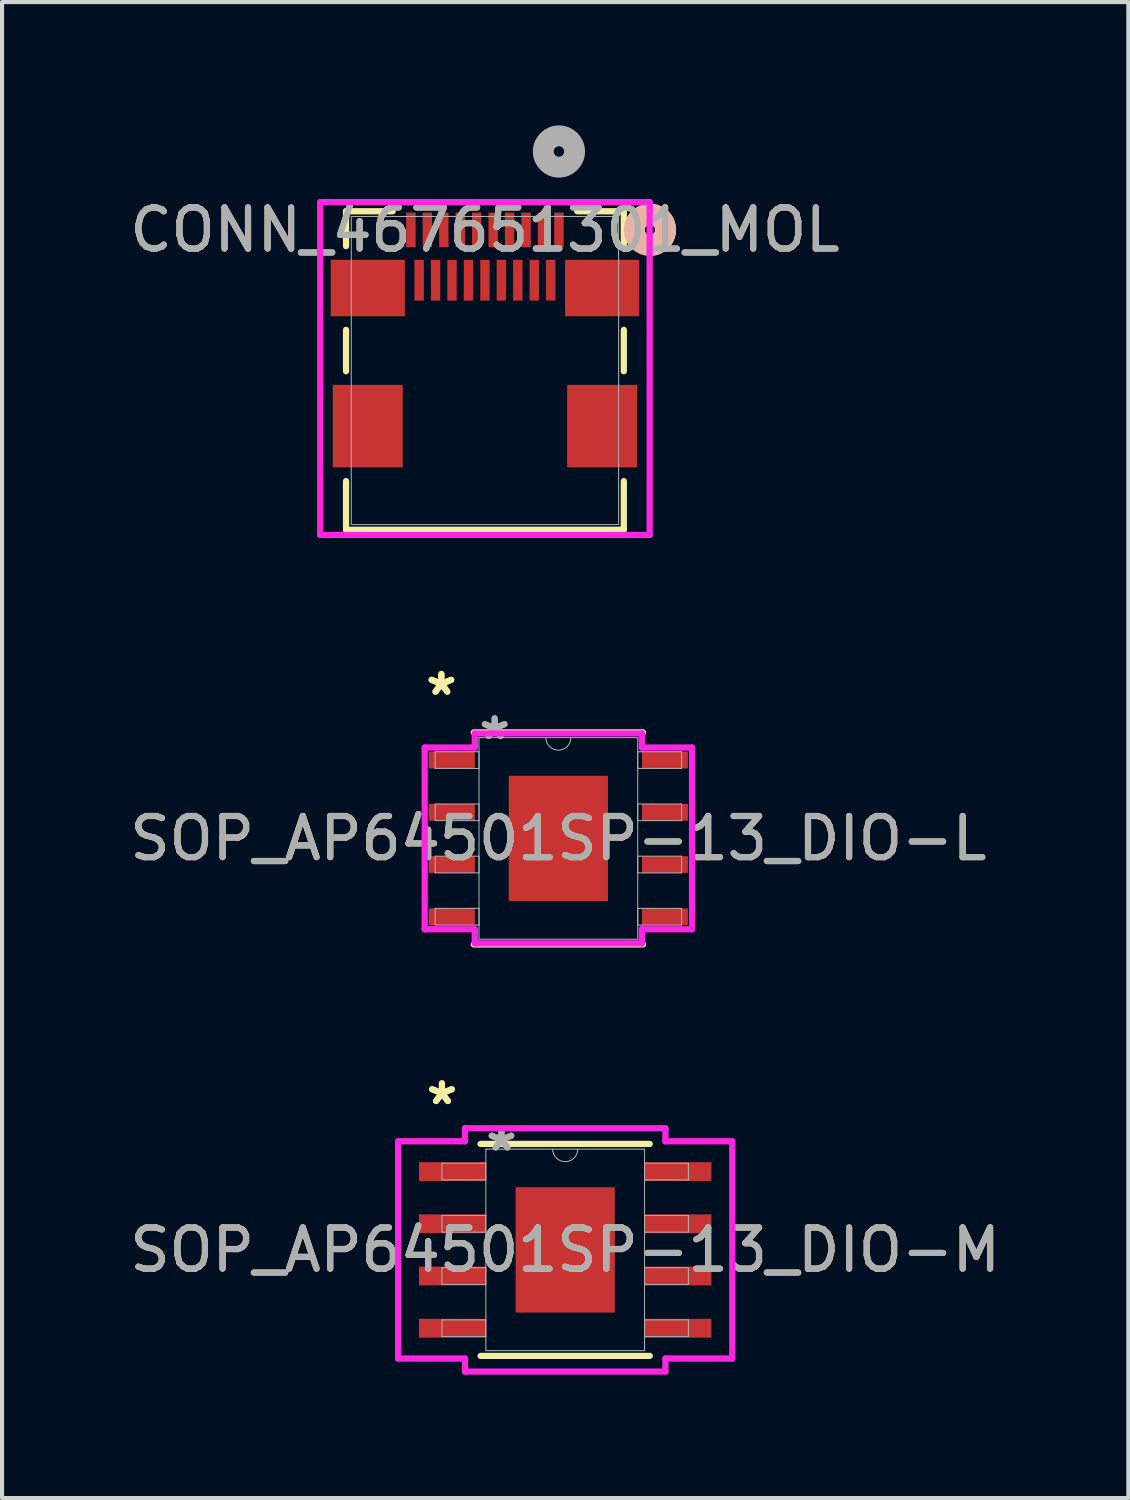
<source format=kicad_pcb>
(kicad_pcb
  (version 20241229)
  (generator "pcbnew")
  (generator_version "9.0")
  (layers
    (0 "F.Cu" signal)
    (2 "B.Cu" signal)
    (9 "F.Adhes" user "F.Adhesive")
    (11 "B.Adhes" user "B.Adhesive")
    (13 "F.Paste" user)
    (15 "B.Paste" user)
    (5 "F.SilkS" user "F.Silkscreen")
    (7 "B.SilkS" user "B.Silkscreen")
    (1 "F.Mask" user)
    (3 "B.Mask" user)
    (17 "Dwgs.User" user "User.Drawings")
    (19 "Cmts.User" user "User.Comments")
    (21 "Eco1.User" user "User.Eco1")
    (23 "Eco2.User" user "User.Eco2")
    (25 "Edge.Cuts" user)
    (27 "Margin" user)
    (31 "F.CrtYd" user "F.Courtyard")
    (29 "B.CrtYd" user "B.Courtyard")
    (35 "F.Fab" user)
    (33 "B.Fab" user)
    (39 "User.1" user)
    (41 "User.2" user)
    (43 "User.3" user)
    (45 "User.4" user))
  (footprint "SOP_AP64501SP-13_DIO-L"
    (layer "F.Cu")
    (at 10.53 17.341)
    (property "Reference" "SOP_AP64501SP-13_DIO-L" (at 0 0 0) (unlocked yes) (layer "F.SilkS") (effects (font (size 1 1) (thickness 0.15))))
    (attr smd)
    (fp_line (start -2.057 2.578) (end 2.057 2.578) (stroke (width 0.152) (type solid)) (layer "F.SilkS"))
    (fp_line (start 2.057 -2.578) (end -2.057 -2.578) (stroke (width 0.152) (type solid)) (layer "F.SilkS"))
    (fp_poly (pts (xy -1.107 -1.424) (xy -1.107 -0.1) (xy 1.107 -0.1) (xy 1.107 -1.424)) (stroke (width 0) (type solid)) (fill yes) (layer "F.Paste"))
    (fp_poly (pts (xy -1.107 0.1) (xy -1.107 1.424) (xy 1.107 1.424) (xy 1.107 0.1)) (stroke (width 0) (type solid)) (fill yes) (layer "F.Paste"))
    (fp_line (start -3.251 -2.21) (end -2.032 -2.21) (stroke (width 0.152) (type solid)) (layer "F.CrtYd"))
    (fp_line (start -3.251 2.21) (end -3.251 -2.21) (stroke (width 0.152) (type solid)) (layer "F.CrtYd"))
    (fp_line (start -3.251 2.21) (end -2.032 2.21) (stroke (width 0.152) (type solid)) (layer "F.CrtYd"))
    (fp_line (start -2.032 -2.553) (end 2.032 -2.553) (stroke (width 0.152) (type solid)) (layer "F.CrtYd"))
    (fp_line (start -2.032 -2.21) (end -2.032 -2.553) (stroke (width 0.152) (type solid)) (layer "F.CrtYd"))
    (fp_line (start -2.032 2.553) (end -2.032 2.21) (stroke (width 0.152) (type solid)) (layer "F.CrtYd"))
    (fp_line (start 2.032 -2.553) (end 2.032 -2.21) (stroke (width 0.152) (type solid)) (layer "F.CrtYd"))
    (fp_line (start 2.032 2.21) (end 2.032 2.553) (stroke (width 0.152) (type solid)) (layer "F.CrtYd"))
    (fp_line (start 2.032 2.553) (end -2.032 2.553) (stroke (width 0.152) (type solid)) (layer "F.CrtYd"))
    (fp_line (start 3.251 -2.21) (end 2.032 -2.21) (stroke (width 0.152) (type solid)) (layer "F.CrtYd"))
    (fp_line (start 3.251 -2.21) (end 3.251 2.21) (stroke (width 0.152) (type solid)) (layer "F.CrtYd"))
    (fp_line (start 3.251 2.21) (end 2.032 2.21) (stroke (width 0.152) (type solid)) (layer "F.CrtYd"))
    (fp_line (start -2.997 -2.108) (end -2.997 -1.702) (stroke (width 0.025) (type solid)) (layer "F.Fab"))
    (fp_line (start -2.997 -1.702) (end -1.93 -1.702) (stroke (width 0.025) (type solid)) (layer "F.Fab"))
    (fp_line (start -2.997 -0.838) (end -2.997 -0.432) (stroke (width 0.025) (type solid)) (layer "F.Fab"))
    (fp_line (start -2.997 -0.432) (end -1.93 -0.432) (stroke (width 0.025) (type solid)) (layer "F.Fab"))
    (fp_line (start -2.997 0.432) (end -2.997 0.838) (stroke (width 0.025) (type solid)) (layer "F.Fab"))
    (fp_line (start -2.997 0.838) (end -1.93 0.838) (stroke (width 0.025) (type solid)) (layer "F.Fab"))
    (fp_line (start -2.997 1.702) (end -2.997 2.108) (stroke (width 0.025) (type solid)) (layer "F.Fab"))
    (fp_line (start -2.997 2.108) (end -1.93 2.108) (stroke (width 0.025) (type solid)) (layer "F.Fab"))
    (fp_line (start -1.93 -2.451) (end -1.93 2.451) (stroke (width 0.025) (type solid)) (layer "F.Fab"))
    (fp_line (start -1.93 -2.108) (end -2.997 -2.108) (stroke (width 0.025) (type solid)) (layer "F.Fab"))
    (fp_line (start -1.93 -1.702) (end -1.93 -2.108) (stroke (width 0.025) (type solid)) (layer "F.Fab"))
    (fp_line (start -1.93 -0.838) (end -2.997 -0.838) (stroke (width 0.025) (type solid)) (layer "F.Fab"))
    (fp_line (start -1.93 -0.432) (end -1.93 -0.838) (stroke (width 0.025) (type solid)) (layer "F.Fab"))
    (fp_line (start -1.93 0.432) (end -2.997 0.432) (stroke (width 0.025) (type solid)) (layer "F.Fab"))
    (fp_line (start -1.93 0.838) (end -1.93 0.432) (stroke (width 0.025) (type solid)) (layer "F.Fab"))
    (fp_line (start -1.93 1.702) (end -2.997 1.702) (stroke (width 0.025) (type solid)) (layer "F.Fab"))
    (fp_line (start -1.93 2.108) (end -1.93 1.702) (stroke (width 0.025) (type solid)) (layer "F.Fab"))
    (fp_line (start -1.93 2.451) (end 1.93 2.451) (stroke (width 0.025) (type solid)) (layer "F.Fab"))
    (fp_line (start 1.93 -2.451) (end -1.93 -2.451) (stroke (width 0.025) (type solid)) (layer "F.Fab"))
    (fp_line (start 1.93 -2.108) (end 1.93 -1.702) (stroke (width 0.025) (type solid)) (layer "F.Fab"))
    (fp_line (start 1.93 -1.702) (end 2.997 -1.702) (stroke (width 0.025) (type solid)) (layer "F.Fab"))
    (fp_line (start 1.93 -0.838) (end 1.93 -0.432) (stroke (width 0.025) (type solid)) (layer "F.Fab"))
    (fp_line (start 1.93 -0.432) (end 2.997 -0.432) (stroke (width 0.025) (type solid)) (layer "F.Fab"))
    (fp_line (start 1.93 0.432) (end 1.93 0.838) (stroke (width 0.025) (type solid)) (layer "F.Fab"))
    (fp_line (start 1.93 0.838) (end 2.997 0.838) (stroke (width 0.025) (type solid)) (layer "F.Fab"))
    (fp_line (start 1.93 1.702) (end 1.93 2.108) (stroke (width 0.025) (type solid)) (layer "F.Fab"))
    (fp_line (start 1.93 2.108) (end 2.997 2.108) (stroke (width 0.025) (type solid)) (layer "F.Fab"))
    (fp_line (start 1.93 2.451) (end 1.93 -2.451) (stroke (width 0.025) (type solid)) (layer "F.Fab"))
    (fp_line (start 2.997 -2.108) (end 1.93 -2.108) (stroke (width 0.025) (type solid)) (layer "F.Fab"))
    (fp_line (start 2.997 -1.702) (end 2.997 -2.108) (stroke (width 0.025) (type solid)) (layer "F.Fab"))
    (fp_line (start 2.997 -0.838) (end 1.93 -0.838) (stroke (width 0.025) (type solid)) (layer "F.Fab"))
    (fp_line (start 2.997 -0.432) (end 2.997 -0.838) (stroke (width 0.025) (type solid)) (layer "F.Fab"))
    (fp_line (start 2.997 0.432) (end 1.93 0.432) (stroke (width 0.025) (type solid)) (layer "F.Fab"))
    (fp_line (start 2.997 0.838) (end 2.997 0.432) (stroke (width 0.025) (type solid)) (layer "F.Fab"))
    (fp_line (start 2.997 1.702) (end 1.93 1.702) (stroke (width 0.025) (type solid)) (layer "F.Fab"))
    (fp_line (start 2.997 2.108) (end 2.997 1.702) (stroke (width 0.025) (type solid)) (layer "F.Fab"))
    (fp_arc (start 0.3048 -2.4511) (mid 0 -2.1463) (end -0.3048 -2.4511) (stroke (width 0.0254) (type solid)) (layer "F.Fab"))
    (fp_text user "*" (at -2.845 -3.454 0) (unlocked yes) (layer "F.SilkS") (effects (font (size 1 1) (thickness 0.15))))
    (fp_text user "*" (at -2.845 -3.454 0) (layer "F.SilkS") (effects (font (size 1 1) (thickness 0.15))))
    (fp_text user "*" (at -1.549 -2.375 0) (unlocked yes) (layer "F.Fab") (effects (font (size 1 1) (thickness 0.15))))
    (fp_text user "${REFERENCE}" (at 0 0 0) (unlocked yes) (layer "F.Fab") (effects (font (size 1 1) (thickness 0.15))))
    (fp_text user "*" (at -1.549 -2.375 0) (layer "F.Fab") (effects (font (size 1 1) (thickness 0.15))))
    (pad "1" smd rect (at -2.591 -1.905) (size 1.118 0.406) (layers "F.Cu" "F.Mask" "F.Paste"))
    (pad "2" smd rect (at -2.591 -0.635) (size 1.118 0.406) (layers "F.Cu" "F.Mask" "F.Paste"))
    (pad "3" smd rect (at -2.591 0.635) (size 1.118 0.406) (layers "F.Cu" "F.Mask" "F.Paste"))
    (pad "4" smd rect (at -2.591 1.905) (size 1.118 0.406) (layers "F.Cu" "F.Mask" "F.Paste"))
    (pad "5" smd rect (at 2.591 1.905) (size 1.118 0.406) (layers "F.Cu" "F.Mask" "F.Paste"))
    (pad "6" smd rect (at 2.591 0.635) (size 1.118 0.406) (layers "F.Cu" "F.Mask" "F.Paste"))
    (pad "7" smd rect (at 2.591 -0.635) (size 1.118 0.406) (layers "F.Cu" "F.Mask" "F.Paste"))
    (pad "8" smd rect (at 2.591 -1.905) (size 1.118 0.406) (layers "F.Cu" "F.Mask" "F.Paste"))
    (pad "EPAD" smd rect (at 0 0) (size 2.413 3.048) (layers "F.Cu" "F.Mask")))
  (footprint "SOP_AP64501SP-13_DIO-M"
    (layer "F.Cu")
    (at 10.696 27.349)
    (property "Reference" "SOP_AP64501SP-13_DIO-M" (at 0 0 0) (unlocked yes) (layer "F.SilkS") (effects (font (size 1 1) (thickness 0.15))))
    (attr smd)
    (fp_line (start -2.057 2.578) (end 2.057 2.578) (stroke (width 0.152) (type solid)) (layer "F.SilkS"))
    (fp_line (start 2.057 -2.578) (end -2.057 -2.578) (stroke (width 0.152) (type solid)) (layer "F.SilkS"))
    (fp_poly (pts (xy -1.107 -1.424) (xy -1.107 -0.1) (xy 1.107 -0.1) (xy 1.107 -1.424)) (stroke (width 0) (type solid)) (fill yes) (layer "F.Paste"))
    (fp_poly (pts (xy -1.107 0.1) (xy -1.107 1.424) (xy 1.107 1.424) (xy 1.107 0.1)) (stroke (width 0) (type solid)) (fill yes) (layer "F.Paste"))
    (fp_line (start -4.064 -2.642) (end -2.438 -2.642) (stroke (width 0.152) (type solid)) (layer "F.CrtYd"))
    (fp_line (start -4.064 2.642) (end -4.064 -2.642) (stroke (width 0.152) (type solid)) (layer "F.CrtYd"))
    (fp_line (start -4.064 2.642) (end -2.438 2.642) (stroke (width 0.152) (type solid)) (layer "F.CrtYd"))
    (fp_line (start -2.438 -2.959) (end 2.438 -2.959) (stroke (width 0.152) (type solid)) (layer "F.CrtYd"))
    (fp_line (start -2.438 -2.642) (end -2.438 -2.959) (stroke (width 0.152) (type solid)) (layer "F.CrtYd"))
    (fp_line (start -2.438 2.959) (end -2.438 2.642) (stroke (width 0.152) (type solid)) (layer "F.CrtYd"))
    (fp_line (start 2.438 -2.959) (end 2.438 -2.642) (stroke (width 0.152) (type solid)) (layer "F.CrtYd"))
    (fp_line (start 2.438 2.642) (end 2.438 2.959) (stroke (width 0.152) (type solid)) (layer "F.CrtYd"))
    (fp_line (start 2.438 2.959) (end -2.438 2.959) (stroke (width 0.152) (type solid)) (layer "F.CrtYd"))
    (fp_line (start 4.064 -2.642) (end 2.438 -2.642) (stroke (width 0.152) (type solid)) (layer "F.CrtYd"))
    (fp_line (start 4.064 -2.642) (end 4.064 2.642) (stroke (width 0.152) (type solid)) (layer "F.CrtYd"))
    (fp_line (start 4.064 2.642) (end 2.438 2.642) (stroke (width 0.152) (type solid)) (layer "F.CrtYd"))
    (fp_line (start -2.997 -2.108) (end -2.997 -1.702) (stroke (width 0.025) (type solid)) (layer "F.Fab"))
    (fp_line (start -2.997 -1.702) (end -1.93 -1.702) (stroke (width 0.025) (type solid)) (layer "F.Fab"))
    (fp_line (start -2.997 -0.838) (end -2.997 -0.432) (stroke (width 0.025) (type solid)) (layer "F.Fab"))
    (fp_line (start -2.997 -0.432) (end -1.93 -0.432) (stroke (width 0.025) (type solid)) (layer "F.Fab"))
    (fp_line (start -2.997 0.432) (end -2.997 0.838) (stroke (width 0.025) (type solid)) (layer "F.Fab"))
    (fp_line (start -2.997 0.838) (end -1.93 0.838) (stroke (width 0.025) (type solid)) (layer "F.Fab"))
    (fp_line (start -2.997 1.702) (end -2.997 2.108) (stroke (width 0.025) (type solid)) (layer "F.Fab"))
    (fp_line (start -2.997 2.108) (end -1.93 2.108) (stroke (width 0.025) (type solid)) (layer "F.Fab"))
    (fp_line (start -1.93 -2.451) (end -1.93 2.451) (stroke (width 0.025) (type solid)) (layer "F.Fab"))
    (fp_line (start -1.93 -2.108) (end -2.997 -2.108) (stroke (width 0.025) (type solid)) (layer "F.Fab"))
    (fp_line (start -1.93 -1.702) (end -1.93 -2.108) (stroke (width 0.025) (type solid)) (layer "F.Fab"))
    (fp_line (start -1.93 -0.838) (end -2.997 -0.838) (stroke (width 0.025) (type solid)) (layer "F.Fab"))
    (fp_line (start -1.93 -0.432) (end -1.93 -0.838) (stroke (width 0.025) (type solid)) (layer "F.Fab"))
    (fp_line (start -1.93 0.432) (end -2.997 0.432) (stroke (width 0.025) (type solid)) (layer "F.Fab"))
    (fp_line (start -1.93 0.838) (end -1.93 0.432) (stroke (width 0.025) (type solid)) (layer "F.Fab"))
    (fp_line (start -1.93 1.702) (end -2.997 1.702) (stroke (width 0.025) (type solid)) (layer "F.Fab"))
    (fp_line (start -1.93 2.108) (end -1.93 1.702) (stroke (width 0.025) (type solid)) (layer "F.Fab"))
    (fp_line (start -1.93 2.451) (end 1.93 2.451) (stroke (width 0.025) (type solid)) (layer "F.Fab"))
    (fp_line (start 1.93 -2.451) (end -1.93 -2.451) (stroke (width 0.025) (type solid)) (layer "F.Fab"))
    (fp_line (start 1.93 -2.108) (end 1.93 -1.702) (stroke (width 0.025) (type solid)) (layer "F.Fab"))
    (fp_line (start 1.93 -1.702) (end 2.997 -1.702) (stroke (width 0.025) (type solid)) (layer "F.Fab"))
    (fp_line (start 1.93 -0.838) (end 1.93 -0.432) (stroke (width 0.025) (type solid)) (layer "F.Fab"))
    (fp_line (start 1.93 -0.432) (end 2.997 -0.432) (stroke (width 0.025) (type solid)) (layer "F.Fab"))
    (fp_line (start 1.93 0.432) (end 1.93 0.838) (stroke (width 0.025) (type solid)) (layer "F.Fab"))
    (fp_line (start 1.93 0.838) (end 2.997 0.838) (stroke (width 0.025) (type solid)) (layer "F.Fab"))
    (fp_line (start 1.93 1.702) (end 1.93 2.108) (stroke (width 0.025) (type solid)) (layer "F.Fab"))
    (fp_line (start 1.93 2.108) (end 2.997 2.108) (stroke (width 0.025) (type solid)) (layer "F.Fab"))
    (fp_line (start 1.93 2.451) (end 1.93 -2.451) (stroke (width 0.025) (type solid)) (layer "F.Fab"))
    (fp_line (start 2.997 -2.108) (end 1.93 -2.108) (stroke (width 0.025) (type solid)) (layer "F.Fab"))
    (fp_line (start 2.997 -1.702) (end 2.997 -2.108) (stroke (width 0.025) (type solid)) (layer "F.Fab"))
    (fp_line (start 2.997 -0.838) (end 1.93 -0.838) (stroke (width 0.025) (type solid)) (layer "F.Fab"))
    (fp_line (start 2.997 -0.432) (end 2.997 -0.838) (stroke (width 0.025) (type solid)) (layer "F.Fab"))
    (fp_line (start 2.997 0.432) (end 1.93 0.432) (stroke (width 0.025) (type solid)) (layer "F.Fab"))
    (fp_line (start 2.997 0.838) (end 2.997 0.432) (stroke (width 0.025) (type solid)) (layer "F.Fab"))
    (fp_line (start 2.997 1.702) (end 1.93 1.702) (stroke (width 0.025) (type solid)) (layer "F.Fab"))
    (fp_line (start 2.997 2.108) (end 2.997 1.702) (stroke (width 0.025) (type solid)) (layer "F.Fab"))
    (fp_arc (start 0.3048 -2.4511) (mid 0 -2.1463) (end -0.3048 -2.4511) (stroke (width 0.0254) (type solid)) (layer "F.Fab"))
    (fp_text user "*" (at -2.997 -3.505 0) (unlocked yes) (layer "F.SilkS") (effects (font (size 1 1) (thickness 0.15))))
    (fp_text user "*" (at -2.997 -3.505 0) (layer "F.SilkS") (effects (font (size 1 1) (thickness 0.15))))
    (fp_text user "*" (at -1.549 -2.375 0) (layer "F.Fab") (effects (font (size 1 1) (thickness 0.15))))
    (fp_text user "${REFERENCE}" (at 0 0 0) (unlocked yes) (layer "F.Fab") (effects (font (size 1 1) (thickness 0.15))))
    (fp_text user "*" (at -1.549 -2.375 0) (unlocked yes) (layer "F.Fab") (effects (font (size 1 1) (thickness 0.15))))
    (pad "1" smd rect (at -2.743 -1.905) (size 1.626 0.457) (layers "F.Cu" "F.Mask" "F.Paste"))
    (pad "2" smd rect (at -2.743 -0.635) (size 1.626 0.457) (layers "F.Cu" "F.Mask" "F.Paste"))
    (pad "3" smd rect (at -2.743 0.635) (size 1.626 0.457) (layers "F.Cu" "F.Mask" "F.Paste"))
    (pad "4" smd rect (at -2.743 1.905) (size 1.626 0.457) (layers "F.Cu" "F.Mask" "F.Paste"))
    (pad "5" smd rect (at 2.743 1.905) (size 1.626 0.457) (layers "F.Cu" "F.Mask" "F.Paste"))
    (pad "6" smd rect (at 2.743 0.635) (size 1.626 0.457) (layers "F.Cu" "F.Mask" "F.Paste"))
    (pad "7" smd rect (at 2.743 -0.635) (size 1.626 0.457) (layers "F.Cu" "F.Mask" "F.Paste"))
    (pad "8" smd rect (at 2.743 -1.905) (size 1.626 0.457) (layers "F.Cu" "F.Mask" "F.Paste"))
    (pad "EPAD" smd rect (at 0 0) (size 2.413 3.048) (layers "F.Cu" "F.Mask")))
  (footprint "CONN_467651301_MOL"
    (layer "F.Cu")
    (at 8.744 5.961)
    (property "Reference" "CONN_467651301_MOL" (at 0 -3.421 0) (unlocked yes) (layer "F.SilkS") (effects (font (size 1 1) (thickness 0.15))))
    (attr smd)
    (fp_line (start -3.378 -3.873) (end -3.378 -3.025) (stroke (width 0.152) (type solid)) (layer "F.SilkS"))
    (fp_line (start -3.378 -0.988) (end -3.378 0.017) (stroke (width 0.152) (type solid)) (layer "F.SilkS"))
    (fp_line (start -3.378 2.69) (end -3.378 3.873) (stroke (width 0.152) (type solid)) (layer "F.SilkS"))
    (fp_line (start -3.378 3.873) (end 3.378 3.873) (stroke (width 0.152) (type solid)) (layer "F.SilkS"))
    (fp_line (start -2.245 -3.873) (end -3.378 -3.873) (stroke (width 0.152) (type solid)) (layer "F.SilkS"))
    (fp_line (start 3.378 -3.873) (end 2.245 -3.873) (stroke (width 0.152) (type solid)) (layer "F.SilkS"))
    (fp_line (start 3.378 -3.025) (end 3.378 -3.873) (stroke (width 0.152) (type solid)) (layer "F.SilkS"))
    (fp_line (start 3.378 0.017) (end 3.378 -0.988) (stroke (width 0.152) (type solid)) (layer "F.SilkS"))
    (fp_line (start 3.378 3.873) (end 3.378 2.69) (stroke (width 0.152) (type solid)) (layer "F.SilkS"))
    (fp_arc (start 3.701193 -3.202838) (mid 3.898556 -3.784842) (end 4.3942 -3.421499) (stroke (width 0.508) (type solid)) (layer "F.SilkS"))
    (fp_arc (start 4.3942 -3.421499) (mid 4.315647 -3.189795) (end 4.112378 -3.053634) (stroke (width 0.508) (type solid)) (layer "F.SilkS"))
    (fp_circle (center 4.013 -3.421) (end 4.394 -3.421) (stroke (width 0.508) (type solid)) (fill no) (layer "B.SilkS"))
    (fp_line (start -4.006 -4.095) (end -4.006 4) (stroke (width 0.152) (type solid)) (layer "F.CrtYd"))
    (fp_line (start -4.006 4) (end 4.006 4) (stroke (width 0.152) (type solid)) (layer "F.CrtYd"))
    (fp_line (start 4.006 -4.095) (end -4.006 -4.095) (stroke (width 0.152) (type solid)) (layer "F.CrtYd"))
    (fp_line (start 4.006 4) (end 4.006 -4.095) (stroke (width 0.152) (type solid)) (layer "F.CrtYd"))
    (fp_line (start -3.251 -3.746) (end -3.251 3.747) (stroke (width 0.025) (type solid)) (layer "F.Fab"))
    (fp_line (start -3.251 3.747) (end 3.251 3.747) (stroke (width 0.025) (type solid)) (layer "F.Fab"))
    (fp_line (start 3.251 -3.746) (end -3.251 -3.746) (stroke (width 0.025) (type solid)) (layer "F.Fab"))
    (fp_line (start 3.251 3.747) (end 3.251 -3.746) (stroke (width 0.025) (type solid)) (layer "F.Fab"))
    (fp_circle (center 1.8 -5.326) (end 2.181 -5.326) (stroke (width 0.508) (type solid)) (fill no) (layer "F.Fab"))
    (fp_text user "${REFERENCE}" (at 0 -3.421 0) (unlocked yes) (layer "F.Fab") (effects (font (size 1 1) (thickness 0.15))))
    (pad "1" smd rect (at 1.8 -3.421) (size 0.229 0.838) (layers "F.Cu" "F.Mask" "F.Paste"))
    (pad "2" smd rect (at 1.6 -2.196) (size 0.229 0.991) (layers "F.Cu" "F.Mask" "F.Paste"))
    (pad "3" smd rect (at 1.4 -3.421) (size 0.229 0.838) (layers "F.Cu" "F.Mask" "F.Paste"))
    (pad "4" smd rect (at 1.2 -2.196) (size 0.229 0.991) (layers "F.Cu" "F.Mask" "F.Paste"))
    (pad "5" smd rect (at 1 -3.421) (size 0.229 0.838) (layers "F.Cu" "F.Mask" "F.Paste"))
    (pad "6" smd rect (at 0.8 -2.196) (size 0.229 0.991) (layers "F.Cu" "F.Mask" "F.Paste"))
    (pad "7" smd rect (at 0.6 -3.421) (size 0.229 0.838) (layers "F.Cu" "F.Mask" "F.Paste"))
    (pad "8" smd rect (at 0.4 -2.196) (size 0.229 0.991) (layers "F.Cu" "F.Mask" "F.Paste"))
    (pad "9" smd rect (at 0.2 -3.421) (size 0.229 0.838) (layers "F.Cu" "F.Mask" "F.Paste"))
    (pad "10" smd rect (at 0 -2.196) (size 0.229 0.991) (layers "F.Cu" "F.Mask" "F.Paste"))
    (pad "11" smd rect (at -0.2 -3.421) (size 0.229 0.838) (layers "F.Cu" "F.Mask" "F.Paste"))
    (pad "12" smd rect (at -0.4 -2.196) (size 0.229 0.991) (layers "F.Cu" "F.Mask" "F.Paste"))
    (pad "13" smd rect (at -0.6 -3.421) (size 0.229 0.838) (layers "F.Cu" "F.Mask" "F.Paste"))
    (pad "14" smd rect (at -0.8 -2.196) (size 0.229 0.991) (layers "F.Cu" "F.Mask" "F.Paste"))
    (pad "15" smd rect (at -1 -3.421) (size 0.229 0.838) (layers "F.Cu" "F.Mask" "F.Paste"))
    (pad "16" smd rect (at -1.2 -2.196) (size 0.229 0.991) (layers "F.Cu" "F.Mask" "F.Paste"))
    (pad "17" smd rect (at -1.4 -3.421) (size 0.229 0.838) (layers "F.Cu" "F.Mask" "F.Paste"))
    (pad "18" smd rect (at -1.6 -2.196) (size 0.229 0.991) (layers "F.Cu" "F.Mask" "F.Paste"))
    (pad "19" smd rect (at -1.8 -3.421) (size 0.229 0.838) (layers "F.Cu" "F.Mask" "F.Paste"))
    (pad "SH" smd rect (at -2.85 -2.006) (size 1.803 1.372) (layers "F.Cu" "F.Mask" "F.Paste"))
    (pad "SH" smd rect (at -2.85 1.353) (size 1.702 2.007) (layers "F.Cu" "F.Mask" "F.Paste"))
    (pad "SH" smd rect (at 2.85 -2.006) (size 1.803 1.372) (layers "F.Cu" "F.Mask" "F.Paste"))
    (pad "SH" smd rect (at 2.85 1.353) (size 1.702 2.007) (layers "F.Cu" "F.Mask" "F.Paste")))
  (gr_rect
    (start -3 -3)
    (end 24.393 33.384)
    (stroke (width 0.1) (type default))
    (fill no)
    (layer "Edge.Cuts")))
</source>
